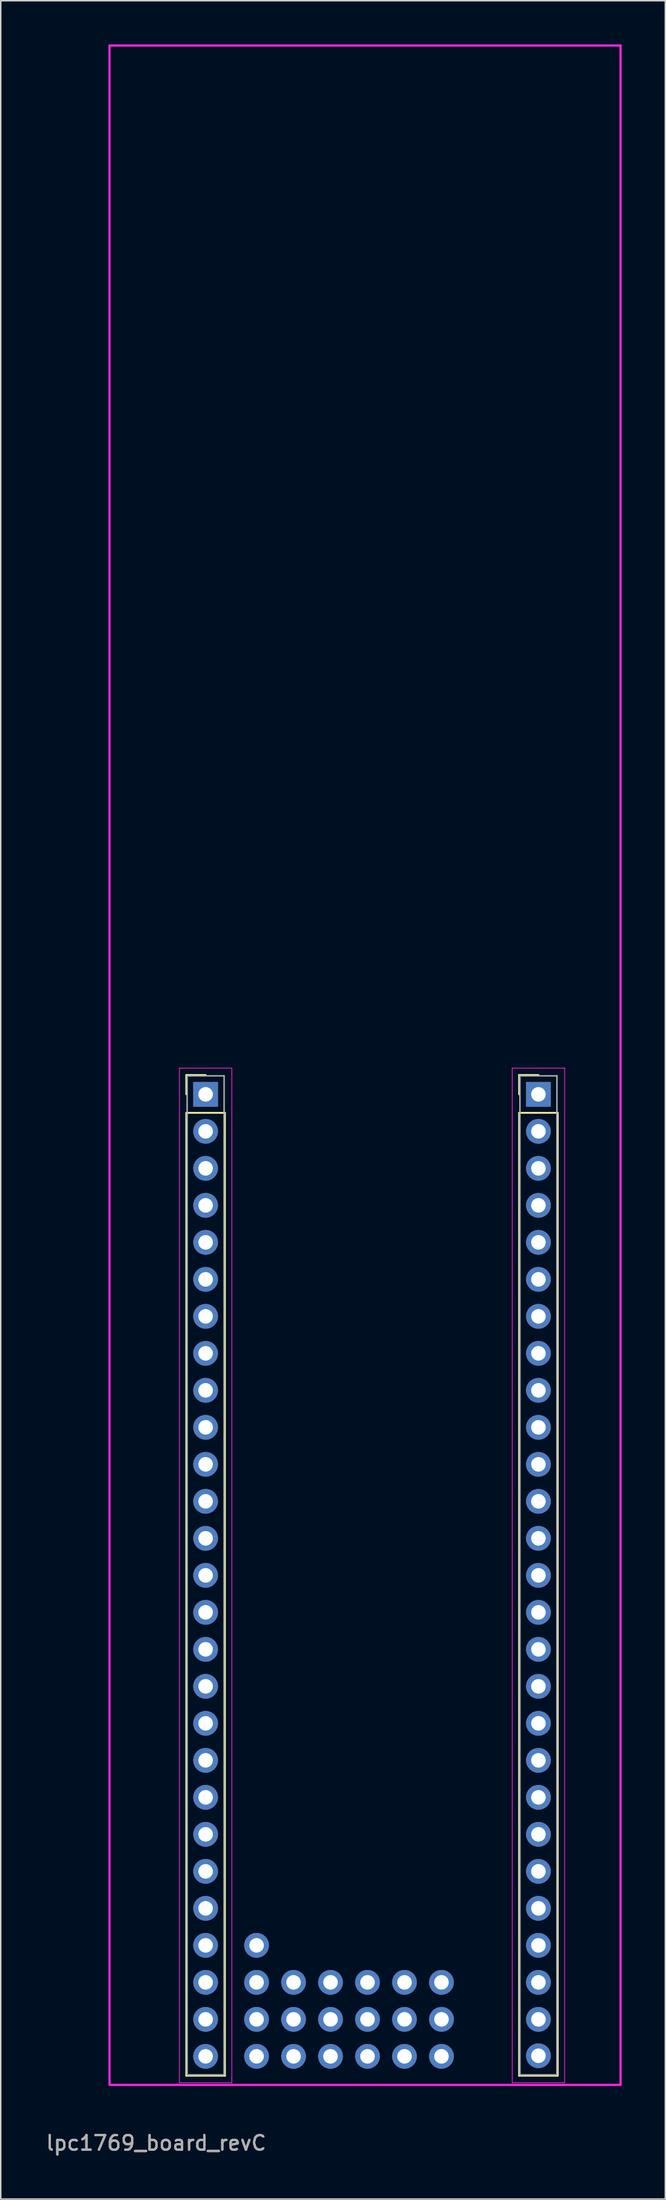
<source format=kicad_pcb>
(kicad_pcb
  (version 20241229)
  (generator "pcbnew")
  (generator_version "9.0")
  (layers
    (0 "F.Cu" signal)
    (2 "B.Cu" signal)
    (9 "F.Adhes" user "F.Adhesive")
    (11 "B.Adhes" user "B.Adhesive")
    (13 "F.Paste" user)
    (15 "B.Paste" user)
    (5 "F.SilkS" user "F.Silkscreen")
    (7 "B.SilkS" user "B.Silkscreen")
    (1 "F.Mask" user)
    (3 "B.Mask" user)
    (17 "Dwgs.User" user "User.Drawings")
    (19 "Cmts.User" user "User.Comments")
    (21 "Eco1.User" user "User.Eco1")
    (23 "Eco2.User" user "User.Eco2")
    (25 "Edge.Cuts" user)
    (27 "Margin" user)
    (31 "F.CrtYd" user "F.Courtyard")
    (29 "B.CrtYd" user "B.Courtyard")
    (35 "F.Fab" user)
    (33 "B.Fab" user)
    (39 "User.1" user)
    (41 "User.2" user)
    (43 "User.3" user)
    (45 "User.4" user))
  (footprint "lpc1769_board_revC"
    (layer "F.Cu")
    (at 11.073 72.075)
    (property "Reference" "lpc1769_board_revC" (at -3.4 71.99 0) (layer "F.SilkS") (effects (font (size 1 1) (thickness 0.15))))
    (attr through_hole)
    (fp_line (start -1.33 -1.33) (end 0 -1.33) (stroke (width 0.12) (type solid)) (layer "F.SilkS"))
    (fp_line (start -1.33 0) (end -1.33 -1.33) (stroke (width 0.12) (type solid)) (layer "F.SilkS"))
    (fp_line (start -1.33 1.27) (end -1.33 67.37) (stroke (width 0.12) (type solid)) (layer "F.SilkS"))
    (fp_line (start -1.33 67.37) (end 1.33 67.37) (stroke (width 0.12) (type solid)) (layer "F.SilkS"))
    (fp_line (start 1.33 1.27) (end -1.33 1.27) (stroke (width 0.12) (type solid)) (layer "F.SilkS"))
    (fp_line (start 1.33 67.37) (end 1.33 1.27) (stroke (width 0.12) (type solid)) (layer "F.SilkS"))
    (fp_line (start 21.53 -1.33) (end 22.86 -1.33) (stroke (width 0.12) (type solid)) (layer "F.SilkS"))
    (fp_line (start 21.53 0) (end 21.53 -1.33) (stroke (width 0.12) (type solid)) (layer "F.SilkS"))
    (fp_line (start 21.53 1.27) (end 21.53 67.37) (stroke (width 0.12) (type solid)) (layer "F.SilkS"))
    (fp_line (start 21.53 67.37) (end 24.19 67.37) (stroke (width 0.12) (type solid)) (layer "F.SilkS"))
    (fp_line (start 24.19 1.27) (end 21.53 1.27) (stroke (width 0.12) (type solid)) (layer "F.SilkS"))
    (fp_line (start 24.19 67.37) (end 24.19 1.27) (stroke (width 0.12) (type solid)) (layer "F.SilkS"))
    (fp_line (start -6.6 -72) (end -6.6 68) (stroke (width 0.15) (type solid)) (layer "F.CrtYd"))
    (fp_line (start -6.6 -72) (end 28.5 -72) (stroke (width 0.15) (type solid)) (layer "F.CrtYd"))
    (fp_line (start -6.5 68) (end 28.5 68) (stroke (width 0.15) (type solid)) (layer "F.CrtYd"))
    (fp_line (start -1.8 -1.8) (end -1.8 67.85) (stroke (width 0.05) (type solid)) (layer "F.CrtYd"))
    (fp_line (start -1.8 67.85) (end 1.8 67.85) (stroke (width 0.05) (type solid)) (layer "F.CrtYd"))
    (fp_line (start 1.8 -1.8) (end -1.8 -1.8) (stroke (width 0.05) (type solid)) (layer "F.CrtYd"))
    (fp_line (start 1.8 67.85) (end 1.8 -1.8) (stroke (width 0.05) (type solid)) (layer "F.CrtYd"))
    (fp_line (start 21.06 -1.8) (end 21.06 67.85) (stroke (width 0.05) (type solid)) (layer "F.CrtYd"))
    (fp_line (start 21.06 67.85) (end 24.66 67.85) (stroke (width 0.05) (type solid)) (layer "F.CrtYd"))
    (fp_line (start 24.66 -1.8) (end 21.06 -1.8) (stroke (width 0.05) (type solid)) (layer "F.CrtYd"))
    (fp_line (start 24.66 67.85) (end 24.66 -1.8) (stroke (width 0.05) (type solid)) (layer "F.CrtYd"))
    (fp_line (start 28.5 -72) (end 28.5 68) (stroke (width 0.15) (type solid)) (layer "F.CrtYd"))
    (fp_line (start -1.27 -1.27) (end -1.27 67.31) (stroke (width 0.1) (type solid)) (layer "F.Fab"))
    (fp_line (start -1.27 67.31) (end 1.27 67.31) (stroke (width 0.1) (type solid)) (layer "F.Fab"))
    (fp_line (start 1.27 -1.27) (end -1.27 -1.27) (stroke (width 0.1) (type solid)) (layer "F.Fab"))
    (fp_line (start 1.27 67.31) (end 1.27 -1.27) (stroke (width 0.1) (type solid)) (layer "F.Fab"))
    (fp_line (start 21.59 -1.27) (end 21.59 67.31) (stroke (width 0.1) (type solid)) (layer "F.Fab"))
    (fp_line (start 21.59 67.31) (end 24.13 67.31) (stroke (width 0.1) (type solid)) (layer "F.Fab"))
    (fp_line (start 24.13 -1.27) (end 21.59 -1.27) (stroke (width 0.1) (type solid)) (layer "F.Fab"))
    (fp_line (start 24.13 67.31) (end 24.13 -1.27) (stroke (width 0.1) (type solid)) (layer "F.Fab"))
    (fp_text user "${REFERENCE}" (at -3.4 71.99 0) (layer "F.Fab") (effects (font (size 1 1) (thickness 0.15))))
    (fp_text user "${REFERENCE}" (at -3.4 71.99 0) (layer "F.Fab") (effects (font (size 1 1) (thickness 0.15))))
    (pad "J-1" thru_hole rect (at 0 0) (size 1.7 1.7) (drill 1) (layers "*.Cu" "*.Mask"))
    (pad "J-2" thru_hole oval (at 0 2.54) (size 1.7 1.7) (drill 1) (layers "*.Cu" "*.Mask"))
    (pad "J-3" thru_hole oval (at 0 5.08) (size 1.7 1.7) (drill 1) (layers "*.Cu" "*.Mask"))
    (pad "J-4" thru_hole oval (at 0 7.62) (size 1.7 1.7) (drill 1) (layers "*.Cu" "*.Mask"))
    (pad "J-5" thru_hole oval (at 0 10.16) (size 1.7 1.7) (drill 1) (layers "*.Cu" "*.Mask"))
    (pad "J-6" thru_hole oval (at 0 12.7) (size 1.7 1.7) (drill 1) (layers "*.Cu" "*.Mask"))
    (pad "J-7" thru_hole oval (at 0 15.24) (size 1.7 1.7) (drill 1) (layers "*.Cu" "*.Mask"))
    (pad "J-8" thru_hole oval (at 0 17.78) (size 1.7 1.7) (drill 1) (layers "*.Cu" "*.Mask"))
    (pad "J-9" thru_hole oval (at 0 20.32) (size 1.7 1.7) (drill 1) (layers "*.Cu" "*.Mask"))
    (pad "J-10" thru_hole oval (at 0 22.86) (size 1.7 1.7) (drill 1) (layers "*.Cu" "*.Mask"))
    (pad "J-11" thru_hole oval (at 0 25.4) (size 1.7 1.7) (drill 1) (layers "*.Cu" "*.Mask"))
    (pad "J-12" thru_hole oval (at 0 27.94) (size 1.7 1.7) (drill 1) (layers "*.Cu" "*.Mask"))
    (pad "J-13" thru_hole oval (at 0 30.48) (size 1.7 1.7) (drill 1) (layers "*.Cu" "*.Mask"))
    (pad "J-14" thru_hole oval (at 0 33.02) (size 1.7 1.7) (drill 1) (layers "*.Cu" "*.Mask"))
    (pad "J-15" thru_hole oval (at 0 35.56) (size 1.7 1.7) (drill 1) (layers "*.Cu" "*.Mask"))
    (pad "J-16" thru_hole oval (at 0 38.1) (size 1.7 1.7) (drill 1) (layers "*.Cu" "*.Mask"))
    (pad "J-17" thru_hole oval (at 0 40.64) (size 1.7 1.7) (drill 1) (layers "*.Cu" "*.Mask"))
    (pad "J-18" thru_hole oval (at 0 43.18) (size 1.7 1.7) (drill 1) (layers "*.Cu" "*.Mask"))
    (pad "J-19" thru_hole oval (at 0 45.72) (size 1.7 1.7) (drill 1) (layers "*.Cu" "*.Mask"))
    (pad "J-20" thru_hole oval (at 0 48.26) (size 1.7 1.7) (drill 1) (layers "*.Cu" "*.Mask"))
    (pad "J-21" thru_hole oval (at 0 50.8) (size 1.7 1.7) (drill 1) (layers "*.Cu" "*.Mask"))
    (pad "J-22" thru_hole oval (at 0 53.34) (size 1.7 1.7) (drill 1) (layers "*.Cu" "*.Mask"))
    (pad "J-23" thru_hole oval (at 0 55.88) (size 1.7 1.7) (drill 1) (layers "*.Cu" "*.Mask"))
    (pad "J-24" thru_hole oval (at 0 58.42) (size 1.7 1.7) (drill 1) (layers "*.Cu" "*.Mask"))
    (pad "J-25" thru_hole oval (at 0 60.96) (size 1.7 1.7) (drill 1) (layers "*.Cu" "*.Mask"))
    (pad "J-26" thru_hole oval (at 0 63.5) (size 1.7 1.7) (drill 1) (layers "*.Cu" "*.Mask"))
    (pad "J-27" thru_hole oval (at 0 66.04) (size 1.7 1.7) (drill 1) (layers "*.Cu" "*.Mask"))
    (pad "J-28" thru_hole rect (at 22.86 0) (size 1.7 1.7) (drill 1) (layers "*.Cu" "*.Mask"))
    (pad "J-29" thru_hole oval (at 22.86 2.54) (size 1.7 1.7) (drill 1) (layers "*.Cu" "*.Mask"))
    (pad "J-30" thru_hole oval (at 22.86 5.08) (size 1.7 1.7) (drill 1) (layers "*.Cu" "*.Mask"))
    (pad "J-31" thru_hole oval (at 22.86 7.62) (size 1.7 1.7) (drill 1) (layers "*.Cu" "*.Mask"))
    (pad "J-32" thru_hole oval (at 22.86 10.16) (size 1.7 1.7) (drill 1) (layers "*.Cu" "*.Mask"))
    (pad "J-33" thru_hole oval (at 22.86 12.7) (size 1.7 1.7) (drill 1) (layers "*.Cu" "*.Mask"))
    (pad "J-34" thru_hole oval (at 22.86 15.24) (size 1.7 1.7) (drill 1) (layers "*.Cu" "*.Mask"))
    (pad "J-35" thru_hole oval (at 22.86 17.78) (size 1.7 1.7) (drill 1) (layers "*.Cu" "*.Mask"))
    (pad "J-36" thru_hole oval (at 22.86 20.32) (size 1.7 1.7) (drill 1) (layers "*.Cu" "*.Mask"))
    (pad "J-37" thru_hole oval (at 22.86 22.86) (size 1.7 1.7) (drill 1) (layers "*.Cu" "*.Mask"))
    (pad "J-38" thru_hole oval (at 22.86 25.4) (size 1.7 1.7) (drill 1) (layers "*.Cu" "*.Mask"))
    (pad "J-39" thru_hole oval (at 22.86 27.94) (size 1.7 1.7) (drill 1) (layers "*.Cu" "*.Mask"))
    (pad "J-40" thru_hole oval (at 22.86 30.48) (size 1.7 1.7) (drill 1) (layers "*.Cu" "*.Mask"))
    (pad "J-41" thru_hole oval (at 22.86 33.02) (size 1.7 1.7) (drill 1) (layers "*.Cu" "*.Mask"))
    (pad "J-42" thru_hole oval (at 22.86 35.56) (size 1.7 1.7) (drill 1) (layers "*.Cu" "*.Mask"))
    (pad "J-43" thru_hole oval (at 22.86 38.1) (size 1.7 1.7) (drill 1) (layers "*.Cu" "*.Mask"))
    (pad "J-44" thru_hole oval (at 22.86 40.64) (size 1.7 1.7) (drill 1) (layers "*.Cu" "*.Mask"))
    (pad "J-45" thru_hole oval (at 22.86 43.18) (size 1.7 1.7) (drill 1) (layers "*.Cu" "*.Mask"))
    (pad "J-46" thru_hole oval (at 22.86 45.72) (size 1.7 1.7) (drill 1) (layers "*.Cu" "*.Mask"))
    (pad "J-47" thru_hole oval (at 22.86 48.26) (size 1.7 1.7) (drill 1) (layers "*.Cu" "*.Mask"))
    (pad "J-48" thru_hole oval (at 22.86 50.8) (size 1.7 1.7) (drill 1) (layers "*.Cu" "*.Mask"))
    (pad "J-49" thru_hole oval (at 22.86 53.34) (size 1.7 1.7) (drill 1) (layers "*.Cu" "*.Mask"))
    (pad "J-50" thru_hole oval (at 22.86 55.88) (size 1.7 1.7) (drill 1) (layers "*.Cu" "*.Mask"))
    (pad "J-51" thru_hole oval (at 22.86 58.42) (size 1.7 1.7) (drill 1) (layers "*.Cu" "*.Mask"))
    (pad "J-52" thru_hole oval (at 22.86 60.96) (size 1.7 1.7) (drill 1) (layers "*.Cu" "*.Mask"))
    (pad "J-53" thru_hole oval (at 22.86 63.5) (size 1.7 1.7) (drill 1) (layers "*.Cu" "*.Mask"))
    (pad "J-54" thru_hole oval (at 22.86 66) (size 1.7 1.7) (drill 1) (layers "*.Cu" "*.Mask"))
    (pad "PD1" thru_hole oval (at 16.2 66.04) (size 1.7 1.7) (drill 1) (layers "*.Cu" "*.Mask"))
    (pad "PD2" thru_hole oval (at 16.2 63.5) (size 1.7 1.7) (drill 1) (layers "*.Cu" "*.Mask"))
    (pad "PD3" thru_hole oval (at 16.2 60.96) (size 1.7 1.7) (drill 1) (layers "*.Cu" "*.Mask"))
    (pad "PD4" thru_hole oval (at 13.66 66.04) (size 1.7 1.7) (drill 1) (layers "*.Cu" "*.Mask"))
    (pad "PD5" thru_hole oval (at 13.66 63.5) (size 1.7 1.7) (drill 1) (layers "*.Cu" "*.Mask"))
    (pad "PD6" thru_hole oval (at 13.66 60.96) (size 1.7 1.7) (drill 1) (layers "*.Cu" "*.Mask"))
    (pad "PD7" thru_hole oval (at 11.12 66.04) (size 1.7 1.7) (drill 1) (layers "*.Cu" "*.Mask"))
    (pad "PD8" thru_hole oval (at 11.12 63.5) (size 1.7 1.7) (drill 1) (layers "*.Cu" "*.Mask"))
    (pad "PD9" thru_hole oval (at 11.12 60.96) (size 1.7 1.7) (drill 1) (layers "*.Cu" "*.Mask"))
    (pad "PD10" thru_hole oval (at 8.58 66.04) (size 1.7 1.7) (drill 1) (layers "*.Cu" "*.Mask"))
    (pad "PD11" thru_hole oval (at 8.58 63.5) (size 1.7 1.7) (drill 1) (layers "*.Cu" "*.Mask"))
    (pad "PD12" thru_hole oval (at 8.58 60.96) (size 1.7 1.7) (drill 1) (layers "*.Cu" "*.Mask"))
    (pad "PD13" thru_hole oval (at 6.04 66.04) (size 1.7 1.7) (drill 1) (layers "*.Cu" "*.Mask"))
    (pad "PD14" thru_hole oval (at 6.04 63.5) (size 1.7 1.7) (drill 1) (layers "*.Cu" "*.Mask"))
    (pad "PD15" thru_hole oval (at 6.04 60.96) (size 1.7 1.7) (drill 1) (layers "*.Cu" "*.Mask"))
    (pad "PD16" thru_hole oval (at 3.5 66.04) (size 1.7 1.7) (drill 1) (layers "*.Cu" "*.Mask"))
    (pad "PD17" thru_hole oval (at 3.5 63.5) (size 1.7 1.7) (drill 1) (layers "*.Cu" "*.Mask"))
    (pad "PD18" thru_hole oval (at 3.5 60.96) (size 1.7 1.7) (drill 1) (layers "*.Cu" "*.Mask"))
    (pad "PD19" thru_hole oval (at 3.5 58.42) (size 1.7 1.7) (drill 1) (layers "*.Cu" "*.Mask")))
  (gr_rect
    (start -3 -3)
    (end 42.648 147.913)
    (stroke (width 0.1) (type default))
    (fill no)
    (layer "Edge.Cuts")))
</source>
